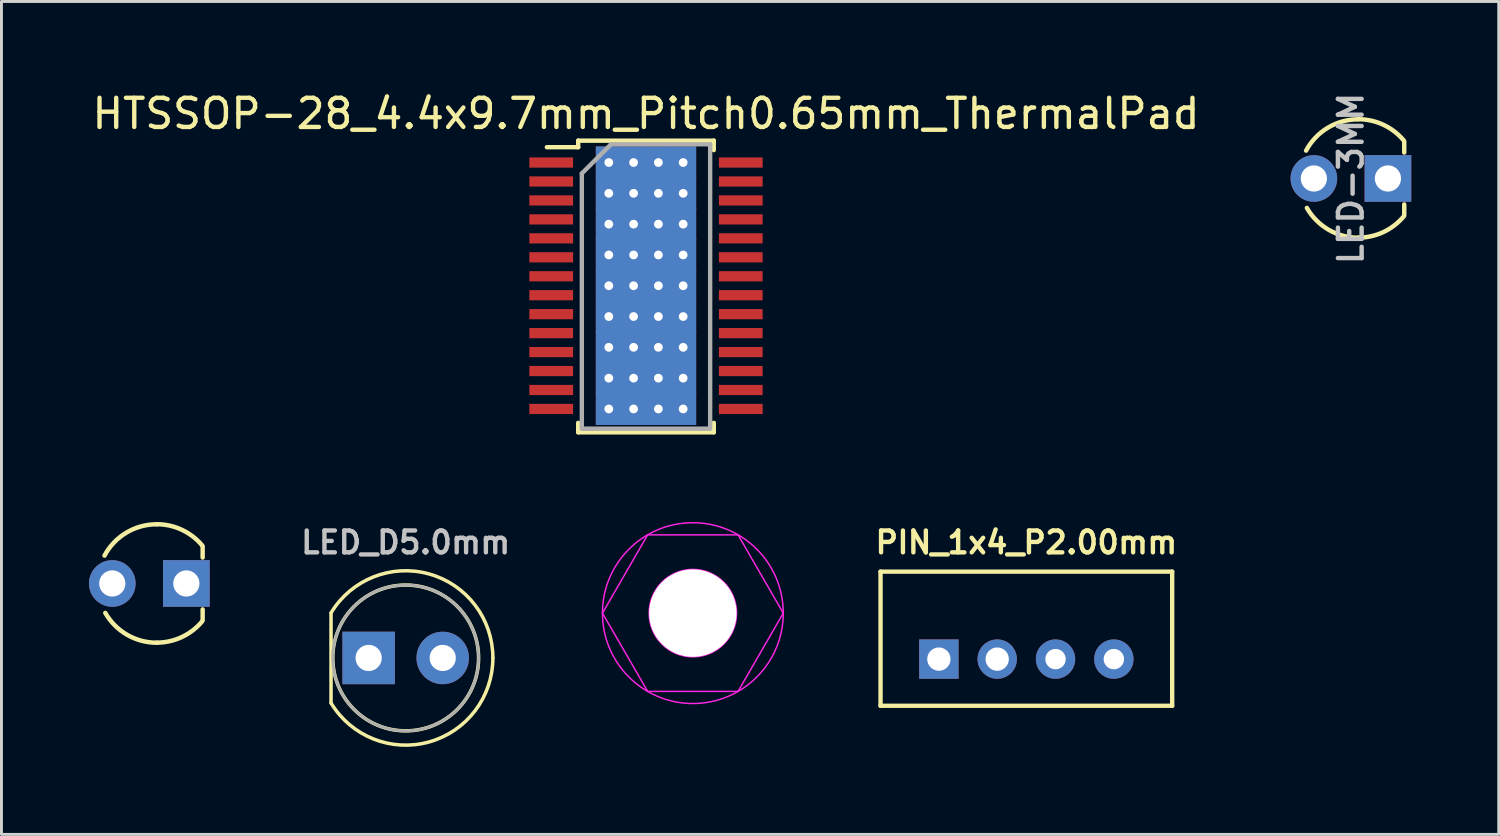
<source format=kicad_pcb>
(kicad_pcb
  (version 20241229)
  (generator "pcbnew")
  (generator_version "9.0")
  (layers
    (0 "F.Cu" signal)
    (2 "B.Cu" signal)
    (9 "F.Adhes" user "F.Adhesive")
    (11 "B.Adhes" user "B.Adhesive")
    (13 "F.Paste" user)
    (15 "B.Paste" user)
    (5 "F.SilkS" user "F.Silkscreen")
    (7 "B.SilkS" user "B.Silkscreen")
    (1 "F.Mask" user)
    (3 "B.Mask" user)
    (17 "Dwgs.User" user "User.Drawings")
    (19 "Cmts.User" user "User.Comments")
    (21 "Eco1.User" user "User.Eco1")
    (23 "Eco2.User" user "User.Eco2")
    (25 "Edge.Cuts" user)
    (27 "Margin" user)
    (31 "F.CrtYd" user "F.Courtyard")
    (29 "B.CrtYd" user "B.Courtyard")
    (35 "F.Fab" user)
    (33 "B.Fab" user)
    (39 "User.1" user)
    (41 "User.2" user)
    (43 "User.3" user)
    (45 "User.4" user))
  (footprint "LED-3MM"
    (layer "F.Cu")
    (at 43.272 3.07)
    (property "Reference" "LED-3MM" (at 0 0 90) (layer "Dwgs.User") (effects (font (size 0.813 0.813) (thickness 0.152))))
    (attr through_hole)
    (fp_line (start 1.829 -1.27) (end 1.829 -0.889) (stroke (width 0.152) (type solid)) (layer "F.SilkS"))
    (fp_line (start 1.829 1.27) (end 1.829 0.889) (stroke (width 0.152) (type solid)) (layer "F.SilkS"))
    (fp_arc (start -1.5367 -0.95504) (mid -0.790567 -1.739997) (end 0.253025 -2.02946) (stroke (width 0.1524) (type solid)) (layer "F.SilkS"))
    (fp_arc (start 0.254 -2.032) (mid 1.114367 -1.840867) (end 1.81288 -1.303426) (stroke (width 0.1524) (type solid)) (layer "F.SilkS"))
    (fp_arc (start 0.254 2.032) (mid -0.76507 1.757988) (end -1.509299 1.009851) (stroke (width 0.1524) (type solid)) (layer "F.SilkS"))
    (fp_arc (start 1.8034 1.31064) (mid 1.109154 1.840416) (end 0.256552 2.029387) (stroke (width 0.1524) (type solid)) (layer "F.SilkS"))
    (pad "1" thru_hole rect (at 1.27 0) (size 1.6 1.6) (drill 0.9) (layers "*.Cu" "*.Mask"))
    (pad "2" thru_hole circle (at -1.27 0) (size 1.6 1.6) (drill 0.9) (layers "*.Cu" "*.Mask")))
  (footprint "LED_D3.0mm"
    (layer "F.Cu")
    (at 2.07 16.957)
    (property "Reference" "LED_D3.0mm" (at 0.5 -0.5 90) (layer "Dwgs.User") (effects (font (size 0.025 0.025) (thickness 0.001))))
    (attr through_hole)
    (fp_line (start 1.829 -1.27) (end 1.829 -0.889) (stroke (width 0.152) (type solid)) (layer "F.SilkS"))
    (fp_line (start 1.829 1.27) (end 1.829 0.889) (stroke (width 0.152) (type solid)) (layer "F.SilkS"))
    (fp_arc (start -1.5367 -0.95504) (mid -0.790567 -1.739997) (end 0.253025 -2.02946) (stroke (width 0.1524) (type solid)) (layer "F.SilkS"))
    (fp_arc (start 0.254 -2.032) (mid 1.114367 -1.840867) (end 1.81288 -1.303426) (stroke (width 0.1524) (type solid)) (layer "F.SilkS"))
    (fp_arc (start 0.254 2.032) (mid -0.76507 1.757988) (end -1.509299 1.009851) (stroke (width 0.1524) (type solid)) (layer "F.SilkS"))
    (fp_arc (start 1.8034 1.31064) (mid 1.109154 1.840416) (end 0.256552 2.029387) (stroke (width 0.1524) (type solid)) (layer "F.SilkS"))
    (pad "1" thru_hole rect (at 1.27 0) (size 1.6 1.6) (drill 0.9) (layers "*.Cu" "*.Mask"))
    (pad "2" thru_hole circle (at -1.27 0) (size 1.6 1.6) (drill 0.9) (layers "*.Cu" "*.Mask")))
  (footprint "PIN_1x4_P2.00mm"
    (layer "F.Cu")
    (at 32.144 19.551)
    (property "Reference" "PIN_1x4_P2.00mm" (at 0 -4 180) (layer "F.SilkS") (effects (font (size 0.75 0.75) (thickness 0.15))))
    (attr through_hole)
    (fp_line (start -5 -3) (end 5 -3) (stroke (width 0.15) (type solid)) (layer "F.SilkS"))
    (fp_line (start -5 1.6) (end -5 -3) (stroke (width 0.15) (type solid)) (layer "F.SilkS"))
    (fp_line (start 5 -3) (end 5 1.6) (stroke (width 0.15) (type solid)) (layer "F.SilkS"))
    (fp_line (start 5 1.6) (end -5 1.6) (stroke (width 0.15) (type solid)) (layer "F.SilkS"))
    (pad "1" thru_hole rect (at -3 0 90) (size 1.35 1.35) (drill 0.8) (layers "*.Cu" "*.Mask"))
    (pad "2" thru_hole oval (at -1 0 90) (size 1.35 1.35) (drill 0.8) (layers "*.Cu" "*.Mask"))
    (pad "3" thru_hole oval (at 1 0 90) (size 1.35 1.35) (drill 0.7) (layers "*.Cu" "*.Mask"))
    (pad "4" thru_hole oval (at 3 0 180) (size 1.35 1.35) (drill 0.7) (layers "*.Cu" "*.Mask")))
  (footprint "LED_D5.0mm"
    (layer "F.Cu")
    (at 10.861 19.511)
    (property "Reference" "LED_D5.0mm" (at 0 -3.96 0) (layer "Dwgs.User") (effects (font (size 0.75 0.75) (thickness 0.15))))
    (attr through_hole)
    (fp_line (start -2.56 -1.545) (end -2.56 1.545) (stroke (width 0.12) (type solid)) (layer "F.SilkS"))
    (fp_arc (start -2.56 -1.54483) (mid 0.802002 -2.880433) (end 2.99 0.000462) (stroke (width 0.12) (type solid)) (layer "F.SilkS"))
    (fp_arc (start 2.99 -0.000462) (mid 0.802002 2.880433) (end -2.56 1.54483) (stroke (width 0.12) (type solid)) (layer "F.SilkS"))
    (fp_circle (center 0 0) (end 2.5 0) (stroke (width 0.12) (type solid)) (fill no) (layer "F.SilkS"))
    (fp_circle (center 0 0) (end 2.5 0) (stroke (width 0.1) (type solid)) (fill no) (layer "F.Fab"))
    (pad "1" thru_hole rect (at -1.27 0) (size 1.8 1.8) (drill 0.9) (layers "*.Cu" "*.Mask"))
    (pad "2" thru_hole circle (at 1.27 0) (size 1.8 1.8) (drill 0.9) (layers "*.Cu" "*.Mask")))
  (footprint "HTSSOP-28_4.4x9.7mm_Pitch0.65mm_ThermalPad"
    (layer "F.Cu")
    (at 19.101 6.748)
    (property "Reference" "HTSSOP-28_4.4x9.7mm_Pitch0.65mm_ThermalPad" (at 0 -5.9 0) (layer "F.SilkS") (effects (font (size 1 1) (thickness 0.15))))
    (attr smd)
    (fp_line (start -2.325 -4.975) (end -2.325 -4.75) (stroke (width 0.15) (type solid)) (layer "F.SilkS"))
    (fp_line (start -2.325 -4.975) (end 2.325 -4.975) (stroke (width 0.15) (type solid)) (layer "F.SilkS"))
    (fp_line (start -2.325 -4.75) (end -3.4 -4.75) (stroke (width 0.15) (type solid)) (layer "F.SilkS"))
    (fp_line (start -2.325 5.026) (end -2.325 4.701) (stroke (width 0.15) (type solid)) (layer "F.SilkS"))
    (fp_line (start -2.325 5.026) (end 2.325 5.026) (stroke (width 0.15) (type solid)) (layer "F.SilkS"))
    (fp_line (start 2.325 -4.975) (end 2.325 -4.65) (stroke (width 0.15) (type solid)) (layer "F.SilkS"))
    (fp_line (start 2.325 5.026) (end 2.325 4.701) (stroke (width 0.15) (type solid)) (layer "F.SilkS"))
    (fp_line (start -2.2 -3.85) (end -1.2 -4.85) (stroke (width 0.15) (type solid)) (layer "F.Fab"))
    (fp_line (start -2.2 4.85) (end -2.2 -3.85) (stroke (width 0.15) (type solid)) (layer "F.Fab"))
    (fp_line (start -1.2 -4.85) (end 2.2 -4.85) (stroke (width 0.15) (type solid)) (layer "F.Fab"))
    (fp_line (start 2.2 -4.85) (end 2.2 4.85) (stroke (width 0.15) (type solid)) (layer "F.Fab"))
    (fp_line (start 2.2 4.901) (end -2.2 4.901) (stroke (width 0.15) (type solid)) (layer "F.Fab"))
    (pad "1" smd rect (at -3.25 -4.225) (size 1.5 0.35) (layers "F.Cu" "F.Mask" "F.Paste"))
    (pad "2" smd rect (at -3.25 -3.575) (size 1.5 0.35) (layers "F.Cu" "F.Mask" "F.Paste"))
    (pad "3" smd rect (at -3.25 -2.925) (size 1.5 0.35) (layers "F.Cu" "F.Mask" "F.Paste"))
    (pad "4" smd rect (at -3.25 -2.275) (size 1.5 0.35) (layers "F.Cu" "F.Mask" "F.Paste"))
    (pad "5" smd rect (at -3.25 -1.625) (size 1.5 0.35) (layers "F.Cu" "F.Mask" "F.Paste"))
    (pad "6" smd rect (at -3.25 -0.975) (size 1.5 0.35) (layers "F.Cu" "F.Mask" "F.Paste"))
    (pad "7" smd rect (at -3.25 -0.325) (size 1.5 0.35) (layers "F.Cu" "F.Mask" "F.Paste"))
    (pad "8" smd rect (at -3.25 0.325) (size 1.5 0.35) (layers "F.Cu" "F.Mask" "F.Paste"))
    (pad "9" smd rect (at -3.25 0.975) (size 1.5 0.35) (layers "F.Cu" "F.Mask" "F.Paste"))
    (pad "10" smd rect (at -3.25 1.625) (size 1.5 0.35) (layers "F.Cu" "F.Mask" "F.Paste"))
    (pad "11" smd rect (at -3.25 2.275) (size 1.5 0.35) (layers "F.Cu" "F.Mask" "F.Paste"))
    (pad "12" smd rect (at -3.25 2.925) (size 1.5 0.35) (layers "F.Cu" "F.Mask" "F.Paste"))
    (pad "13" smd rect (at -3.25 3.575) (size 1.5 0.35) (layers "F.Cu" "F.Mask" "F.Paste"))
    (pad "14" smd rect (at -3.25 4.225) (size 1.5 0.35) (layers "F.Cu" "F.Mask" "F.Paste"))
    (pad "15" smd rect (at 3.25 4.225) (size 1.5 0.35) (layers "F.Cu" "F.Mask" "F.Paste"))
    (pad "16" smd rect (at 3.25 3.575) (size 1.5 0.35) (layers "F.Cu" "F.Mask" "F.Paste"))
    (pad "17" smd rect (at 3.25 2.925) (size 1.5 0.35) (layers "F.Cu" "F.Mask" "F.Paste"))
    (pad "18" smd rect (at 3.25 2.275) (size 1.5 0.35) (layers "F.Cu" "F.Mask" "F.Paste"))
    (pad "19" smd rect (at 3.25 1.625) (size 1.5 0.35) (layers "F.Cu" "F.Mask" "F.Paste"))
    (pad "20" smd rect (at 3.25 0.975) (size 1.5 0.35) (layers "F.Cu" "F.Mask" "F.Paste"))
    (pad "21" smd rect (at 3.25 0.325) (size 1.5 0.35) (layers "F.Cu" "F.Mask" "F.Paste"))
    (pad "22" smd rect (at 3.25 -0.325) (size 1.5 0.35) (layers "F.Cu" "F.Mask" "F.Paste"))
    (pad "23" smd rect (at 3.25 -0.975) (size 1.5 0.35) (layers "F.Cu" "F.Mask" "F.Paste"))
    (pad "24" smd rect (at 3.25 -1.625) (size 1.5 0.35) (layers "F.Cu" "F.Mask" "F.Paste"))
    (pad "25" smd rect (at 3.25 -2.275) (size 1.5 0.35) (layers "F.Cu" "F.Mask" "F.Paste"))
    (pad "26" smd rect (at 3.25 -2.925) (size 1.5 0.35) (layers "F.Cu" "F.Mask" "F.Paste"))
    (pad "27" smd rect (at 3.25 -3.575) (size 1.5 0.35) (layers "F.Cu" "F.Mask" "F.Paste"))
    (pad "28" smd rect (at 3.25 -4.225) (size 1.5 0.35) (layers "F.Cu" "F.Mask" "F.Paste"))
    (pad "29" thru_hole rect (at -1.275 -4.225) (size 0.89 1.1) (drill 0.3) (layers "*.Cu" "*.Mask"))
    (pad "29" thru_hole rect (at -1.275 -3.169) (size 0.89 1.1) (drill 0.3) (layers "*.Cu" "*.Mask"))
    (pad "29" thru_hole rect (at -1.275 -2.112) (size 0.89 1.1) (drill 0.3) (layers "*.Cu" "*.Mask"))
    (pad "29" thru_hole rect (at -1.275 -1.056) (size 0.89 1.1) (drill 0.3) (layers "*.Cu" "*.Mask"))
    (pad "29" thru_hole rect (at -1.275 0) (size 0.89 1.1) (drill 0.3) (layers "*.Cu" "*.Mask"))
    (pad "29" thru_hole rect (at -1.275 1.056) (size 0.89 1.1) (drill 0.3) (layers "*.Cu" "*.Mask"))
    (pad "29" thru_hole rect (at -1.275 2.112) (size 0.89 1.1) (drill 0.3) (layers "*.Cu" "*.Mask"))
    (pad "29" thru_hole rect (at -1.275 3.169) (size 0.89 1.1) (drill 0.3) (layers "*.Cu" "*.Mask"))
    (pad "29" thru_hole rect (at -1.275 4.225) (size 0.89 1.1) (drill 0.3) (layers "*.Cu" "*.Mask"))
    (pad "29" thru_hole rect (at -0.425 -4.225) (size 0.89 1.1) (drill 0.3) (layers "*.Cu" "*.Mask"))
    (pad "29" thru_hole rect (at -0.425 -3.169) (size 0.89 1.1) (drill 0.3) (layers "*.Cu" "*.Mask"))
    (pad "29" thru_hole rect (at -0.425 -2.112) (size 0.89 1.1) (drill 0.3) (layers "*.Cu" "*.Mask"))
    (pad "29" thru_hole rect (at -0.425 -1.056) (size 0.89 1.1) (drill 0.3) (layers "*.Cu" "*.Mask"))
    (pad "29" thru_hole rect (at -0.425 0) (size 0.89 1.1) (drill 0.3) (layers "*.Cu" "*.Mask"))
    (pad "29" thru_hole rect (at -0.425 1.056) (size 0.89 1.1) (drill 0.3) (layers "*.Cu" "*.Mask"))
    (pad "29" thru_hole rect (at -0.425 2.112) (size 0.89 1.1) (drill 0.3) (layers "*.Cu" "*.Mask"))
    (pad "29" thru_hole rect (at -0.425 3.169) (size 0.89 1.1) (drill 0.3) (layers "*.Cu" "*.Mask"))
    (pad "29" thru_hole rect (at -0.425 4.225) (size 0.89 1.1) (drill 0.3) (layers "*.Cu" "*.Mask"))
    (pad "29" thru_hole rect (at 0.425 -4.225) (size 0.89 1.1) (drill 0.3) (layers "*.Cu" "*.Mask"))
    (pad "29" thru_hole rect (at 0.425 -3.169) (size 0.89 1.1) (drill 0.3) (layers "*.Cu" "*.Mask"))
    (pad "29" thru_hole rect (at 0.425 -2.112) (size 0.89 1.1) (drill 0.3) (layers "*.Cu" "*.Mask"))
    (pad "29" thru_hole rect (at 0.425 -1.056) (size 0.89 1.1) (drill 0.3) (layers "*.Cu" "*.Mask"))
    (pad "29" thru_hole rect (at 0.425 0) (size 0.89 1.1) (drill 0.3) (layers "*.Cu" "*.Mask"))
    (pad "29" thru_hole rect (at 0.425 1.056) (size 0.89 1.1) (drill 0.3) (layers "*.Cu" "*.Mask"))
    (pad "29" thru_hole rect (at 0.425 2.112) (size 0.89 1.1) (drill 0.3) (layers "*.Cu" "*.Mask"))
    (pad "29" thru_hole rect (at 0.425 3.169) (size 0.89 1.1) (drill 0.3) (layers "*.Cu" "*.Mask"))
    (pad "29" thru_hole rect (at 0.425 4.225) (size 0.89 1.1) (drill 0.3) (layers "*.Cu" "*.Mask"))
    (pad "29" thru_hole rect (at 1.275 -4.225) (size 0.89 1.1) (drill 0.3) (layers "*.Cu" "*.Mask"))
    (pad "29" thru_hole rect (at 1.275 -3.169) (size 0.89 1.1) (drill 0.3) (layers "*.Cu" "*.Mask"))
    (pad "29" thru_hole rect (at 1.275 -2.112) (size 0.89 1.1) (drill 0.3) (layers "*.Cu" "*.Mask"))
    (pad "29" thru_hole rect (at 1.275 -1.056) (size 0.89 1.1) (drill 0.3) (layers "*.Cu" "*.Mask"))
    (pad "29" thru_hole rect (at 1.275 0) (size 0.89 1.1) (drill 0.3) (layers "*.Cu" "*.Mask"))
    (pad "29" thru_hole rect (at 1.275 1.056) (size 0.89 1.1) (drill 0.3) (layers "*.Cu" "*.Mask"))
    (pad "29" thru_hole rect (at 1.275 2.112) (size 0.89 1.1) (drill 0.3) (layers "*.Cu" "*.Mask"))
    (pad "29" thru_hole rect (at 1.275 3.169) (size 0.89 1.1) (drill 0.3) (layers "*.Cu" "*.Mask"))
    (pad "29" thru_hole rect (at 1.275 4.225) (size 0.89 1.1) (drill 0.3) (layers "*.Cu" "*.Mask")))
  (footprint "MountingHole"
    (layer "F.Cu")
    (at 20.708 17.974)
    (property "Reference" "MountingHole" (at 0 0.95 0) (layer "F.SilkS") (effects (font (size 0.127 0.127) (thickness 0.01))))
    (attr through_hole)
    (fp_line (start -3.1 0) (end -1.55 2.684) (stroke (width 0.05) (type solid)) (layer "F.CrtYd"))
    (fp_line (start -1.55 -2.684) (end -3.1 0) (stroke (width 0.05) (type solid)) (layer "F.CrtYd"))
    (fp_line (start -1.55 2.684) (end 1.55 2.684) (stroke (width 0.05) (type solid)) (layer "F.CrtYd"))
    (fp_line (start 1.55 -2.684) (end -1.55 -2.684) (stroke (width 0.05) (type solid)) (layer "F.CrtYd"))
    (fp_line (start 1.55 2.684) (end 3.1 0) (stroke (width 0.05) (type solid)) (layer "F.CrtYd"))
    (fp_line (start 3.1 0) (end 1.55 -2.684) (stroke (width 0.05) (type solid)) (layer "F.CrtYd"))
    (fp_circle (center 0 0) (end 1.5 0) (stroke (width 0.05) (type solid)) (fill no) (layer "F.CrtYd"))
    (fp_circle (center 0 0) (end 3.1 0) (stroke (width 0.05) (type solid)) (fill no) (layer "F.CrtYd"))
    (pad "1" thru_hole circle (at 0 0) (size 3 3) (drill 3) (layers "*.Cu" "*.Mask")))
  (gr_rect
    (start -3 -3)
    (end 48.342 25.561)
    (stroke (width 0.1) (type default))
    (fill no)
    (layer "Edge.Cuts")))
</source>
